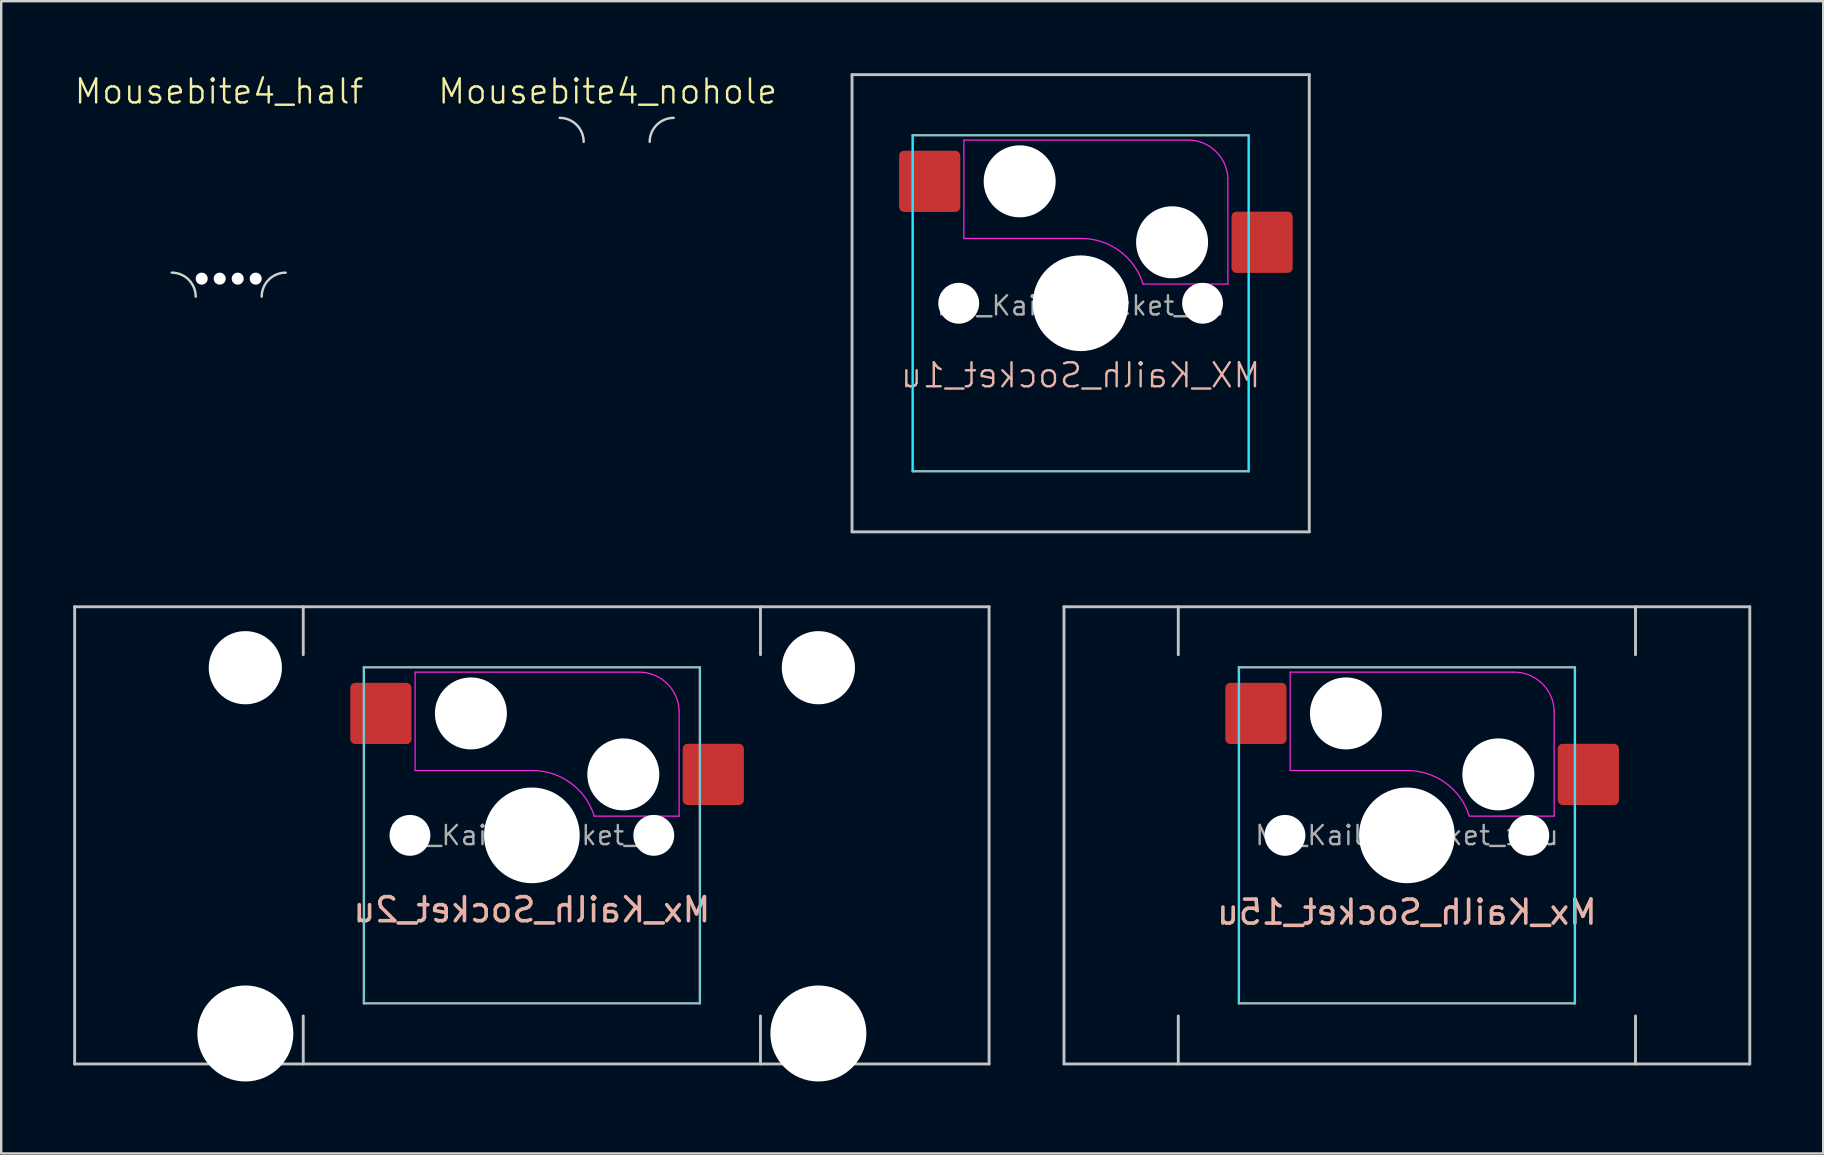
<source format=kicad_pcb>
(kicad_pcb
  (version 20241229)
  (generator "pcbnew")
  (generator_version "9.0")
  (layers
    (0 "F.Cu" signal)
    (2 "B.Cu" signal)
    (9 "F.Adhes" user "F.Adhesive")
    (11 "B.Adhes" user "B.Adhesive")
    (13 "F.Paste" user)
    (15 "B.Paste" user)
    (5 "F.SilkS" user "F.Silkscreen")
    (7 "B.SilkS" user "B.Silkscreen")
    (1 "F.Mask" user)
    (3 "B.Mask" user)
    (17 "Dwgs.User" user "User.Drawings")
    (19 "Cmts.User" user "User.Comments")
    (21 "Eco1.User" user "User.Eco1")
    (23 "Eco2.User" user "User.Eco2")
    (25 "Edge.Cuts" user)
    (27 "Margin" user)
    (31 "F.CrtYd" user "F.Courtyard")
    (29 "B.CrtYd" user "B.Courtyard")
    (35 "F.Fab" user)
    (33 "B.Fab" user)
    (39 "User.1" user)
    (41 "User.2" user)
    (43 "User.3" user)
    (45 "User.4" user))
  (footprint "Mousebite4_half"
    (layer "F.Cu")
    (at 6.104 8.56)
    (property "Reference" "Mousebite4_half" (at -0.03 -7.8 0) (unlocked yes) (layer "F.SilkS") (effects (font (size 1 1) (thickness 0.1))))
    (attr through_hole)
    (fp_arc (start -2 -0.25) (mid -1.292894 0.042894) (end -1 0.75) (stroke (width 0.1) (type solid)) (layer "Edge.Cuts"))
    (fp_arc (start 1.75 0.75) (mid 2.042894 0.042894) (end 2.75 -0.25) (stroke (width 0.1) (type solid)) (layer "Edge.Cuts"))
    (pad "" np_thru_hole circle (at -0.75 0) (size 0.5 0.5) (drill 0.5) (layers "*.Cu" "*.Mask"))
    (pad "" np_thru_hole circle (at 0 0) (size 0.5 0.5) (drill 0.5) (layers "*.Cu" "*.Mask"))
    (pad "" np_thru_hole circle (at 0.75 0) (size 0.5 0.5) (drill 0.5) (layers "*.Cu" "*.Mask"))
    (pad "" np_thru_hole circle (at 1.5 0) (size 0.5 0.5) (drill 0.5) (layers "*.Cu" "*.Mask")))
  (footprint "Mousebite4_nohole"
    (layer "F.Cu")
    (at 22.269 2.111)
    (property "Reference" "Mousebite4_nohole" (at 0 -1.35 0) (unlocked yes) (layer "F.SilkS") (effects (font (size 1 1) (thickness 0.1))))
    (attr through_hole)
    (fp_arc (start -2 -0.25) (mid -1.292894 0.042894) (end -1 0.75) (stroke (width 0.1) (type solid)) (layer "Edge.Cuts"))
    (fp_arc (start 1.75 0.75) (mid 2.042893 0.042893) (end 2.75 -0.25) (stroke (width 0.1) (type solid)) (layer "Edge.Cuts")))
  (footprint "Mx_Kailh_Socket_15u"
    (layer "F.Cu")
    (at 55.568 31.755)
    (property "Reference" "Mx_Kailh_Socket_15u" (at 0 3.2 0) (layer "B.SilkS") (effects (font (size 1 1) (thickness 0.15)) (justify mirror)))
    (attr through_hole)
    (fp_line (start -14.287 -9.525) (end -14.287 9.525) (stroke (width 0.12) (type solid)) (layer "Dwgs.User"))
    (fp_line (start -14.287 9.525) (end 14.287 9.525) (stroke (width 0.12) (type solid)) (layer "Dwgs.User"))
    (fp_line (start -9.525 -9.525) (end -9.525 -7.525) (stroke (width 0.12) (type solid)) (layer "Dwgs.User"))
    (fp_line (start -9.525 7.525) (end -9.525 9.525) (stroke (width 0.12) (type solid)) (layer "Dwgs.User"))
    (fp_line (start 9.525 -9.525) (end 9.525 -7.525) (stroke (width 0.12) (type solid)) (layer "Dwgs.User"))
    (fp_line (start 9.525 7.525) (end 9.525 9.525) (stroke (width 0.12) (type solid)) (layer "Dwgs.User"))
    (fp_line (start 14.287 -9.525) (end -14.287 -9.525) (stroke (width 0.12) (type solid)) (layer "Dwgs.User"))
    (fp_line (start 14.287 9.525) (end 14.287 -9.525) (stroke (width 0.12) (type solid)) (layer "Dwgs.User"))
    (fp_rect (start -7 7) (end 7 -7) (stroke (width 0.05) (type solid)) (fill no) (layer "B.CrtYd"))
    (fp_line (start -4.865 -6.8) (end -4.865 -2.7) (stroke (width 0.05) (type solid)) (layer "F.CrtYd"))
    (fp_line (start 0 -2.7) (end -4.865 -2.7) (stroke (width 0.05) (type solid)) (layer "F.CrtYd"))
    (fp_line (start 4.4 -6.8) (end -4.865 -6.8) (stroke (width 0.05) (type solid)) (layer "F.CrtYd"))
    (fp_line (start 6.135 -0.8) (end 2.6 -0.8) (stroke (width 0.05) (type solid)) (layer "F.CrtYd"))
    (fp_line (start 6.135 -0.8) (end 6.135 -5.2) (stroke (width 0.05) (type solid)) (layer "F.CrtYd"))
    (fp_arc (start 0 -2.7) (mid 1.615462 -2.181685) (end 2.6 -0.8) (stroke (width 0.05) (type solid)) (layer "F.CrtYd"))
    (fp_arc (start 4.4 -6.8) (mid 5.598871 -6.35933) (end 6.135 -5.2) (stroke (width 0.05) (type solid)) (layer "F.CrtYd"))
    (fp_line (start -7 -7) (end 7 -7) (stroke (width 0.1) (type solid)) (layer "F.Fab"))
    (fp_line (start -7 7) (end -7 -7) (stroke (width 0.1) (type solid)) (layer "F.Fab"))
    (fp_line (start 7 -7) (end 7 7) (stroke (width 0.1) (type solid)) (layer "F.Fab"))
    (fp_line (start 7 7) (end -7 7) (stroke (width 0.1) (type solid)) (layer "F.Fab"))
    (fp_text user "${REFERENCE}" (at 0 0 0) (unlocked yes) (layer "F.Fab") (effects (font (size 0.8 0.8) (thickness 0.1))))
    (pad "" np_thru_hole circle (at -5.08 0) (size 1.702 1.702) (drill 1.702) (layers "*.Cu" "*.Mask"))
    (pad "" np_thru_hole circle (at -2.54 -5.08) (size 3 3) (drill 3) (layers "*.Cu" "*.Mask"))
    (pad "" np_thru_hole circle (at 0 0) (size 3.988 3.988) (drill 3.988) (layers "*.Cu" "*.Mask"))
    (pad "" np_thru_hole circle (at 3.81 -2.54) (size 3 3) (drill 3) (layers "*.Cu" "*.Mask"))
    (pad "" np_thru_hole circle (at 5.08 0) (size 1.702 1.702) (drill 1.702) (layers "*.Cu" "*.Mask"))
    (pad "1" smd roundrect (at -6.29 -5.08) (size 2.55 2.55) (layers "F.Cu" "F.Mask" "F.Paste") (roundrect_rratio 0.08))
    (pad "2" smd roundrect (at 7.56 -2.54) (size 2.55 2.55) (layers "F.Cu" "F.Mask" "F.Paste") (roundrect_rratio 0.08)))
  (footprint "MX_Kailh_Socket_1u"
    (layer "F.Cu")
    (at 41.975 9.585)
    (property "Reference" "MX_Kailh_Socket_1u" (at 0 3 0) (unlocked yes) (layer "B.SilkS") (effects (font (size 1 1) (thickness 0.1)) (justify mirror)))
    (attr smd)
    (fp_line (start -9.525 -9.525) (end 9.525 -9.525) (stroke (width 0.12) (type solid)) (layer "Dwgs.User"))
    (fp_line (start -9.525 9.525) (end -9.525 -9.525) (stroke (width 0.12) (type solid)) (layer "Dwgs.User"))
    (fp_line (start 9.525 -9.525) (end 9.525 9.525) (stroke (width 0.12) (type solid)) (layer "Dwgs.User"))
    (fp_line (start 9.525 9.525) (end -9.525 9.525) (stroke (width 0.12) (type solid)) (layer "Dwgs.User"))
    (fp_rect (start -7 7) (end 7 -7) (stroke (width 0.05) (type solid)) (fill no) (layer "B.CrtYd"))
    (fp_line (start -4.865 -6.8) (end -4.865 -2.7) (stroke (width 0.05) (type solid)) (layer "F.CrtYd"))
    (fp_line (start 0 -2.7) (end -4.865 -2.7) (stroke (width 0.05) (type solid)) (layer "F.CrtYd"))
    (fp_line (start 4.4 -6.8) (end -4.865 -6.8) (stroke (width 0.05) (type solid)) (layer "F.CrtYd"))
    (fp_line (start 6.135 -0.8) (end 2.6 -0.8) (stroke (width 0.05) (type solid)) (layer "F.CrtYd"))
    (fp_line (start 6.135 -0.8) (end 6.135 -5.2) (stroke (width 0.05) (type solid)) (layer "F.CrtYd"))
    (fp_arc (start 0 -2.7) (mid 1.615462 -2.181685) (end 2.6 -0.8) (stroke (width 0.05) (type solid)) (layer "F.CrtYd"))
    (fp_arc (start 4.4 -6.8) (mid 5.598871 -6.35933) (end 6.135 -5.2) (stroke (width 0.05) (type solid)) (layer "F.CrtYd"))
    (fp_line (start -7 -7) (end 7 -7) (stroke (width 0.1) (type solid)) (layer "F.Fab"))
    (fp_line (start -7 7) (end -7 -7) (stroke (width 0.1) (type solid)) (layer "F.Fab"))
    (fp_line (start 7 -7) (end 7 7) (stroke (width 0.1) (type solid)) (layer "F.Fab"))
    (fp_line (start 7 7) (end -7 7) (stroke (width 0.1) (type solid)) (layer "F.Fab"))
    (fp_text user "${REFERENCE}" (at 0 0.1 0) (unlocked yes) (layer "F.Fab") (effects (font (size 0.8 0.8) (thickness 0.1))))
    (pad "" np_thru_hole circle (at -5.08 0) (size 1.702 1.702) (drill 1.702) (layers "*.Cu" "*.Mask"))
    (pad "" np_thru_hole circle (at -2.54 -5.08) (size 3 3) (drill 3) (layers "*.Cu" "*.Mask"))
    (pad "" np_thru_hole circle (at 0 0) (size 3.988 3.988) (drill 3.988) (layers "*.Cu" "*.Mask"))
    (pad "" np_thru_hole circle (at 3.81 -2.54) (size 3 3) (drill 3) (layers "*.Cu" "*.Mask"))
    (pad "" np_thru_hole circle (at 5.08 0) (size 1.702 1.702) (drill 1.702) (layers "*.Cu" "*.Mask"))
    (pad "1" smd roundrect (at -6.29 -5.08) (size 2.55 2.55) (layers "F.Cu" "F.Mask" "F.Paste") (roundrect_rratio 0.08))
    (pad "2" smd roundrect (at 7.56 -2.54) (size 2.55 2.55) (layers "F.Cu" "F.Mask" "F.Paste") (roundrect_rratio 0.08)))
  (footprint "Mx_Kailh_Socket_2u"
    (layer "F.Cu")
    (at 19.11 31.755)
    (property "Reference" "Mx_Kailh_Socket_2u" (at 0 3.1 0) (layer "B.SilkS") (effects (font (size 1 1) (thickness 0.15)) (justify mirror)))
    (attr through_hole)
    (fp_line (start -19.05 -9.525) (end -19.05 9.525) (stroke (width 0.12) (type solid)) (layer "Dwgs.User"))
    (fp_line (start -19.05 -9.525) (end 19.05 -9.525) (stroke (width 0.12) (type solid)) (layer "Dwgs.User"))
    (fp_line (start -19.05 9.525) (end 19.05 9.525) (stroke (width 0.12) (type solid)) (layer "Dwgs.User"))
    (fp_line (start -9.525 -9.525) (end -9.525 -7.525) (stroke (width 0.12) (type solid)) (layer "Dwgs.User"))
    (fp_line (start -9.525 7.525) (end -9.525 9.525) (stroke (width 0.12) (type solid)) (layer "Dwgs.User"))
    (fp_line (start 9.525 -9.525) (end 9.525 -7.525) (stroke (width 0.12) (type solid)) (layer "Dwgs.User"))
    (fp_line (start 9.525 7.525) (end 9.525 9.525) (stroke (width 0.12) (type solid)) (layer "Dwgs.User"))
    (fp_line (start 19.05 9.525) (end 19.05 -9.525) (stroke (width 0.12) (type solid)) (layer "Dwgs.User"))
    (fp_rect (start -7 7) (end 7 -7) (stroke (width 0.05) (type solid)) (fill no) (layer "B.CrtYd"))
    (fp_line (start -4.865 -6.8) (end -4.865 -2.7) (stroke (width 0.05) (type solid)) (layer "F.CrtYd"))
    (fp_line (start 0 -2.7) (end -4.865 -2.7) (stroke (width 0.05) (type solid)) (layer "F.CrtYd"))
    (fp_line (start 4.4 -6.8) (end -4.865 -6.8) (stroke (width 0.05) (type solid)) (layer "F.CrtYd"))
    (fp_line (start 6.135 -0.8) (end 2.6 -0.8) (stroke (width 0.05) (type solid)) (layer "F.CrtYd"))
    (fp_line (start 6.135 -0.8) (end 6.135 -5.2) (stroke (width 0.05) (type solid)) (layer "F.CrtYd"))
    (fp_arc (start 0 -2.7) (mid 1.615462 -2.181685) (end 2.6 -0.8) (stroke (width 0.05) (type solid)) (layer "F.CrtYd"))
    (fp_arc (start 4.4 -6.8) (mid 5.598871 -6.35933) (end 6.135 -5.2) (stroke (width 0.05) (type solid)) (layer "F.CrtYd"))
    (fp_line (start -7 -7) (end -7 7) (stroke (width 0.1) (type solid)) (layer "F.Fab"))
    (fp_line (start -7 7) (end 7 7) (stroke (width 0.1) (type solid)) (layer "F.Fab"))
    (fp_line (start 7 -7) (end -7 -7) (stroke (width 0.1) (type solid)) (layer "F.Fab"))
    (fp_line (start 7 7) (end 7 -7) (stroke (width 0.1) (type solid)) (layer "F.Fab"))
    (fp_text user "${REFERENCE}" (at 0 0 0) (unlocked yes) (layer "F.Fab") (effects (font (size 0.8 0.8) (thickness 0.1))))
    (pad "" np_thru_hole circle (at -11.938 -6.985) (size 3.05 3.05) (drill 3.05) (layers "*.Cu" "*.Mask"))
    (pad "" np_thru_hole circle (at -11.938 8.255) (size 4 4) (drill 4) (layers "*.Cu" "*.Mask"))
    (pad "" np_thru_hole circle (at -5.08 0) (size 1.702 1.702) (drill 1.702) (layers "*.Cu" "*.Mask"))
    (pad "" np_thru_hole circle (at -2.54 -5.08) (size 3 3) (drill 3) (layers "*.Cu" "*.Mask"))
    (pad "" np_thru_hole circle (at 0 0) (size 3.988 3.988) (drill 3.988) (layers "*.Cu" "*.Mask"))
    (pad "" np_thru_hole circle (at 3.81 -2.54) (size 3 3) (drill 3) (layers "*.Cu" "*.Mask"))
    (pad "" np_thru_hole circle (at 5.08 0) (size 1.702 1.702) (drill 1.702) (layers "*.Cu" "*.Mask"))
    (pad "" np_thru_hole circle (at 11.938 -6.985) (size 3.05 3.05) (drill 3.05) (layers "*.Cu" "*.Mask"))
    (pad "" np_thru_hole circle (at 11.938 8.255) (size 4 4) (drill 4) (layers "*.Cu" "*.Mask"))
    (pad "1" smd roundrect (at -6.29 -5.08) (size 2.55 2.55) (layers "F.Cu" "F.Mask" "F.Paste") (roundrect_rratio 0.08))
    (pad "2" smd roundrect (at 7.56 -2.54) (size 2.55 2.55) (layers "F.Cu" "F.Mask" "F.Paste") (roundrect_rratio 0.08)))
  (gr_rect
    (start -3 -3)
    (end 72.915 45.01)
    (stroke (width 0.1) (type default))
    (fill no)
    (layer "Edge.Cuts")))
</source>
